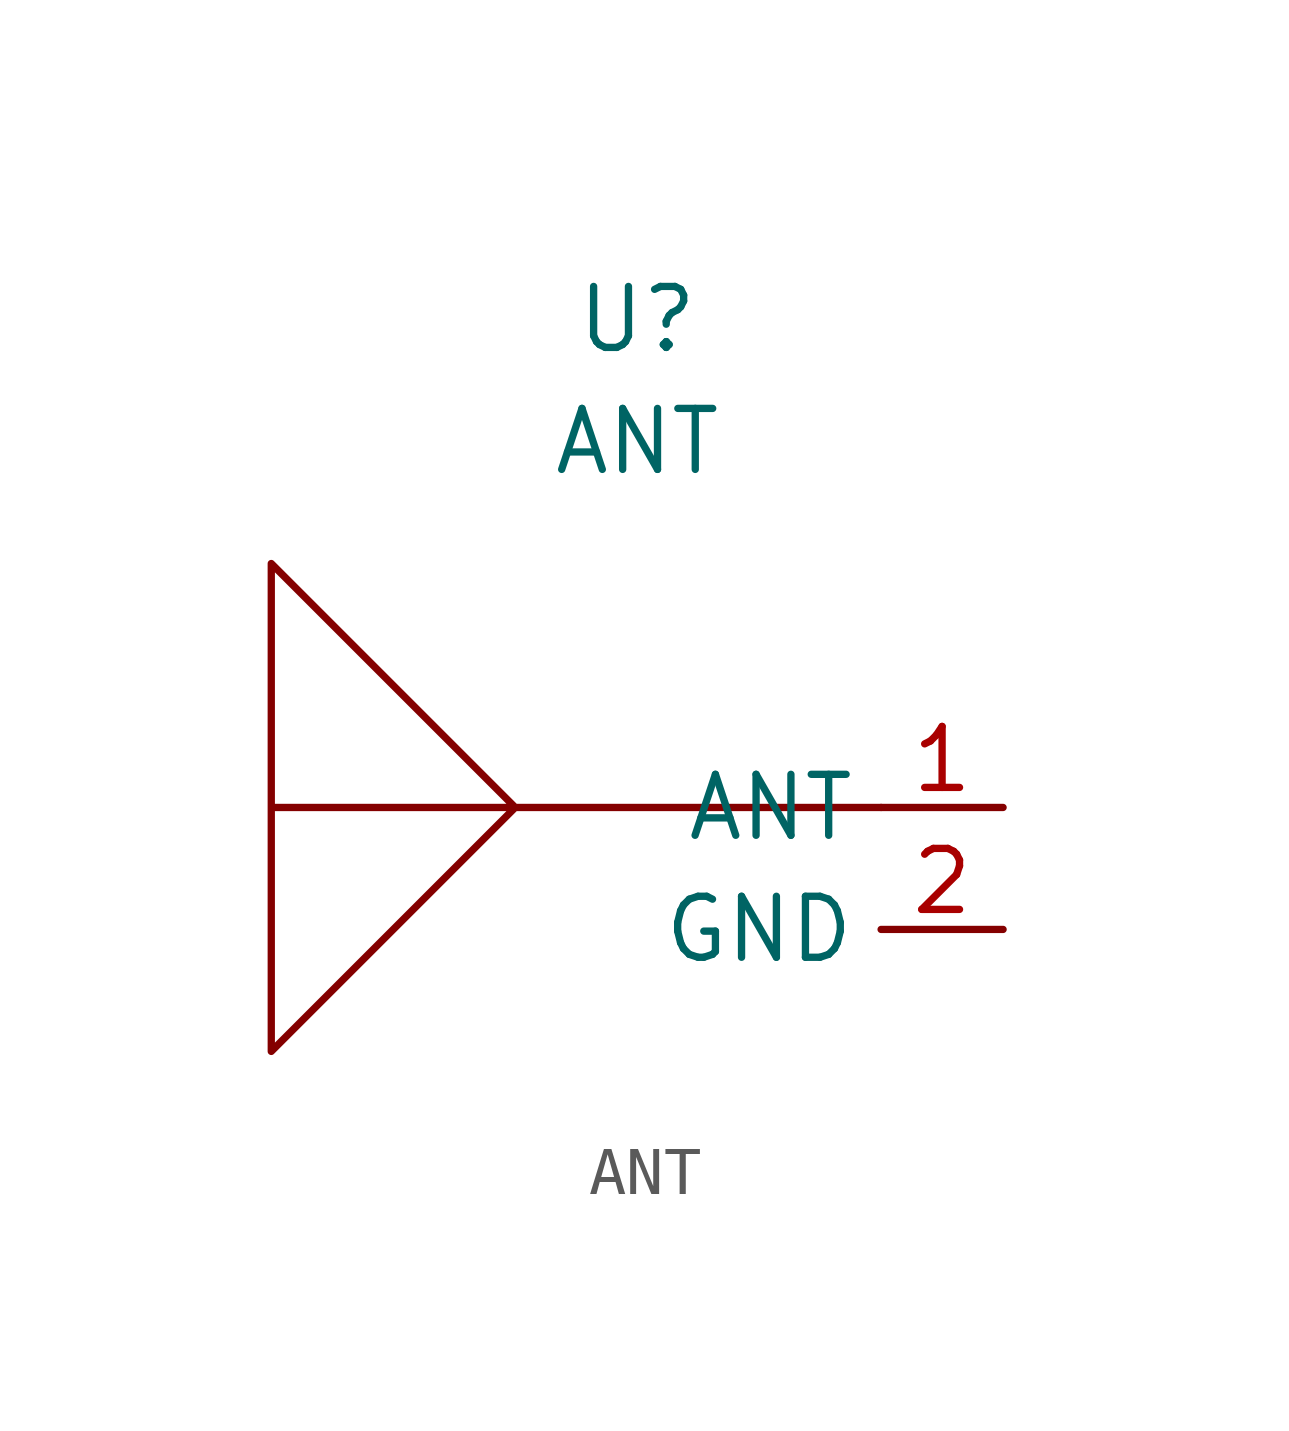
<source format=kicad_sym>
(kicad_symbol_lib
  (version 20211014)
  (generator kicad_symbol_editor)
  (symbol "ANT"
    (property "Reference" "U"
      (at 0 2.54 0)
      (effects (font (size 1.27 1.27))))
    (property "Value" "ANT"
      (at 0 0 0)
      (effects (font (size 1.27 1.27))))
    (symbol "ANT_0_1"
      (polyline (pts (xy -7.62 -5.08) (xy -7.62 -12.7) (xy -2.54 -7.62) (xy -7.62 -2.54) (xy -7.62 -5.08) (xy -7.62 -7.62) (xy 5.08 -7.62)) (stroke (width 0.152) (type default) (color 0 0 0 0)) (fill (type none))))
    (symbol "ANT_1_1"
      (pin input line (at 7.62 -7.62 180) (length 2.54) (name "ANT" (effects (font (size 1.27 1.27)))) (number "1" (effects (font (size 1.27 1.27)))))
      (pin input line (at 7.62 -10.16 180) (length 2.54) (name "GND" (effects (font (size 1.27 1.27)))) (number "2" (effects (font (size 1.27 1.27))))))))
</source>
